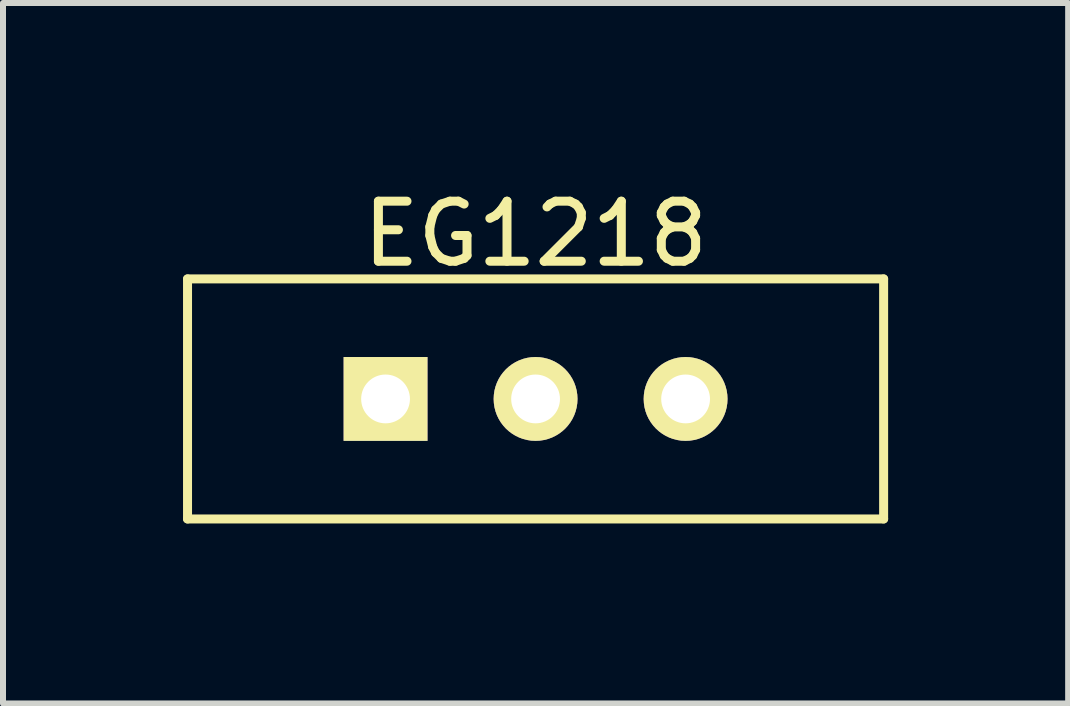
<source format=kicad_pcb>
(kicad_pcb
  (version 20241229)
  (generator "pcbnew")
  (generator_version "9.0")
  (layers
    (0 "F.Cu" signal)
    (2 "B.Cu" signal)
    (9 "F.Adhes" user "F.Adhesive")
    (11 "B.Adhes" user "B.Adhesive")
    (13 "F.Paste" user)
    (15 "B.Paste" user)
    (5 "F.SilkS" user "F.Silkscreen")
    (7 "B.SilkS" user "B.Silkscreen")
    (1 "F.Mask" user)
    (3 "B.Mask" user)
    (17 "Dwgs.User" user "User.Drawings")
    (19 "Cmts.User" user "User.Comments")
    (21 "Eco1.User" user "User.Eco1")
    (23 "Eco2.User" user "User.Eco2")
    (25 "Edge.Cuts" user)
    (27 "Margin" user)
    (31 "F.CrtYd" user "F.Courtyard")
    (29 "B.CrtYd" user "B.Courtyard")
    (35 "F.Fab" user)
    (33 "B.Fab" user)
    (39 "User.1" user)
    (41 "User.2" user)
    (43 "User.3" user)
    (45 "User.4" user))
  (footprint "EG1218"
    (layer "F.Cu")
    (at 5.875 3.598)
    (property "Reference" "EG1218" (at 0 -2.75 0) (layer "F.SilkS") (effects (font (size 1 1) (thickness 0.15))))
    (attr through_hole)
    (fp_line (start -5.8 -2) (end 5.8 -2) (stroke (width 0.15) (type solid)) (layer "F.SilkS"))
    (fp_line (start -5.8 2) (end -5.8 -2) (stroke (width 0.15) (type solid)) (layer "F.SilkS"))
    (fp_line (start 5.8 -2) (end 5.8 2) (stroke (width 0.15) (type solid)) (layer "F.SilkS"))
    (fp_line (start 5.8 2) (end -5.8 2) (stroke (width 0.15) (type solid)) (layer "F.SilkS"))
    (pad "1" thru_hole rect (at -2.5 0) (size 1.397 1.397) (drill 0.813) (layers "*.Cu" "*.Mask" "F.SilkS"))
    (pad "2" thru_hole circle (at 0 0) (size 1.397 1.397) (drill 0.813) (layers "*.Cu" "*.Mask" "F.SilkS"))
    (pad "3" thru_hole circle (at 2.5 0) (size 1.397 1.397) (drill 0.813) (layers "*.Cu" "*.Mask" "F.SilkS")))
  (gr_rect
    (start -3 -3)
    (end 14.75 8.673)
    (stroke (width 0.1) (type default))
    (fill no)
    (layer "Edge.Cuts")))
</source>
